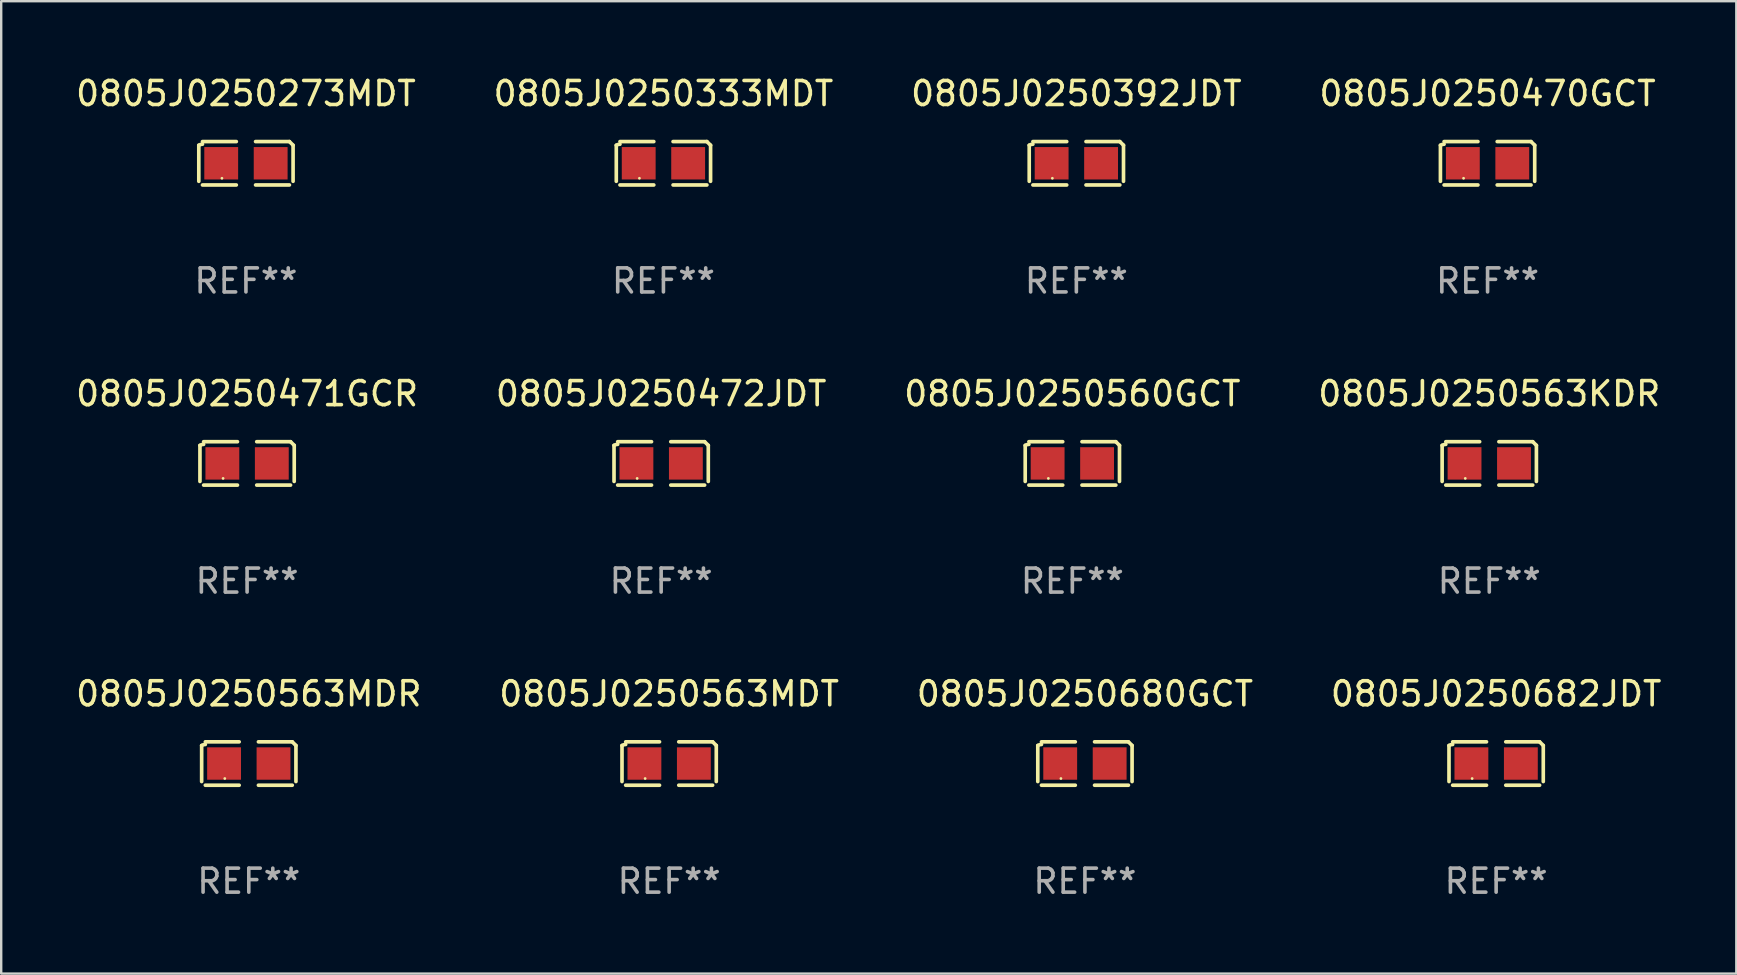
<source format=kicad_pcb>
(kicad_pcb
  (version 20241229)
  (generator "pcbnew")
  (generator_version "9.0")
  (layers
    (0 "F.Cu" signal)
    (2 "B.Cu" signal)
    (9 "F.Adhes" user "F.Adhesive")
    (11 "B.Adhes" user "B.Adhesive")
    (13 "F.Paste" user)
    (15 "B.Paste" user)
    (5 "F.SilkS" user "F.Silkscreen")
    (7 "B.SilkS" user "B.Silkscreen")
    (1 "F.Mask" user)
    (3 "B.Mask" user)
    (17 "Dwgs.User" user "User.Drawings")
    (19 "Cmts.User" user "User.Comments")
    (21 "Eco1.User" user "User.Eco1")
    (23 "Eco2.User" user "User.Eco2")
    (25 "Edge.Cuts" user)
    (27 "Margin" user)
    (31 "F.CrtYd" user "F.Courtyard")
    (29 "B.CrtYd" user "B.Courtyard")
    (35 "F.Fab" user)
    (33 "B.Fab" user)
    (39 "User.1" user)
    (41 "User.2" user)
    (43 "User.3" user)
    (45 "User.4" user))
  (footprint "0805J0250333MDT"
    (layer "F.Cu")
    (at 24.589 3.752)
    (property "Reference" "0805J0250333MDT" (at 0 -2.904 0) (layer "F.SilkS") (effects (font (size 1 1) (thickness 0.15))))
    (attr through_hole)
    (fp_line (start -1.964 0.751) (end -1.964 -0.751) (stroke (width 0.152) (type solid)) (layer "F.SilkS"))
    (fp_line (start -1.811 -0.904) (end -0.401 -0.904) (stroke (width 0.152) (type solid)) (layer "F.SilkS"))
    (fp_line (start -0.401 0.904) (end -1.811 0.904) (stroke (width 0.152) (type solid)) (layer "F.SilkS"))
    (fp_line (start 0.401 0.904) (end 1.811 0.904) (stroke (width 0.152) (type solid)) (layer "F.SilkS"))
    (fp_line (start 1.811 -0.904) (end 0.401 -0.904) (stroke (width 0.152) (type solid)) (layer "F.SilkS"))
    (fp_line (start 1.964 0.751) (end 1.964 -0.751) (stroke (width 0.152) (type solid)) (layer "F.SilkS"))
    (fp_arc (start -1.963602 -0.751207) (mid -1.890354 -0.783131) (end -1.811201 -0.794044) (stroke (width 0.1524) (type solid)) (layer "F.SilkS"))
    (fp_arc (start 1.811202 -0.903607) (mid 1.887413 -0.827418) (end 1.963602 -0.751207) (stroke (width 0.1524) (type solid)) (layer "F.SilkS"))
    (fp_circle (center -1 0.625) (end -0.97 0.625) (stroke (width 0.06) (type solid)) (fill no) (layer "F.SilkS"))
    (fp_text user "REF**" (at 0 4.904 0) (layer "F.Fab") (effects (font (size 1 1) (thickness 0.15))))
    (pad "1" smd rect (at -1.03 0) (size 1.41 1.35) (layers "F.Cu" "F.Mask" "F.Paste"))
    (pad "2" smd rect (at 1.03 0) (size 1.41 1.35) (layers "F.Cu" "F.Mask" "F.Paste")))
  (footprint "0805J0250472JDT"
    (layer "F.Cu")
    (at 24.494 16.256)
    (property "Reference" "0805J0250472JDT" (at 0 -2.904 0) (layer "F.SilkS") (effects (font (size 1 1) (thickness 0.15))))
    (attr through_hole)
    (fp_line (start -1.964 0.751) (end -1.964 -0.751) (stroke (width 0.152) (type solid)) (layer "F.SilkS"))
    (fp_line (start -1.811 -0.904) (end -0.401 -0.904) (stroke (width 0.152) (type solid)) (layer "F.SilkS"))
    (fp_line (start -0.401 0.904) (end -1.811 0.904) (stroke (width 0.152) (type solid)) (layer "F.SilkS"))
    (fp_line (start 0.401 0.904) (end 1.811 0.904) (stroke (width 0.152) (type solid)) (layer "F.SilkS"))
    (fp_line (start 1.811 -0.904) (end 0.401 -0.904) (stroke (width 0.152) (type solid)) (layer "F.SilkS"))
    (fp_line (start 1.964 0.751) (end 1.964 -0.751) (stroke (width 0.152) (type solid)) (layer "F.SilkS"))
    (fp_arc (start -1.963602 -0.751207) (mid -1.890354 -0.783131) (end -1.811201 -0.794044) (stroke (width 0.1524) (type solid)) (layer "F.SilkS"))
    (fp_arc (start 1.811202 -0.903607) (mid 1.887413 -0.827418) (end 1.963602 -0.751207) (stroke (width 0.1524) (type solid)) (layer "F.SilkS"))
    (fp_circle (center -1 0.625) (end -0.97 0.625) (stroke (width 0.06) (type solid)) (fill no) (layer "F.SilkS"))
    (fp_text user "REF**" (at 0 4.904 0) (layer "F.Fab") (effects (font (size 1 1) (thickness 0.15))))
    (pad "1" smd rect (at -1.03 0) (size 1.41 1.35) (layers "F.Cu" "F.Mask" "F.Paste"))
    (pad "2" smd rect (at 1.03 0) (size 1.41 1.35) (layers "F.Cu" "F.Mask" "F.Paste")))
  (footprint "0805J0250392JDT"
    (layer "F.Cu")
    (at 41.792 3.752)
    (property "Reference" "0805J0250392JDT" (at 0 -2.904 0) (layer "F.SilkS") (effects (font (size 1 1) (thickness 0.15))))
    (attr through_hole)
    (fp_line (start -1.964 0.751) (end -1.964 -0.751) (stroke (width 0.152) (type solid)) (layer "F.SilkS"))
    (fp_line (start -1.811 -0.904) (end -0.401 -0.904) (stroke (width 0.152) (type solid)) (layer "F.SilkS"))
    (fp_line (start -0.401 0.904) (end -1.811 0.904) (stroke (width 0.152) (type solid)) (layer "F.SilkS"))
    (fp_line (start 0.401 0.904) (end 1.811 0.904) (stroke (width 0.152) (type solid)) (layer "F.SilkS"))
    (fp_line (start 1.811 -0.904) (end 0.401 -0.904) (stroke (width 0.152) (type solid)) (layer "F.SilkS"))
    (fp_line (start 1.964 0.751) (end 1.964 -0.751) (stroke (width 0.152) (type solid)) (layer "F.SilkS"))
    (fp_arc (start -1.963602 -0.751207) (mid -1.890354 -0.783131) (end -1.811201 -0.794044) (stroke (width 0.1524) (type solid)) (layer "F.SilkS"))
    (fp_arc (start 1.811202 -0.903607) (mid 1.887413 -0.827418) (end 1.963602 -0.751207) (stroke (width 0.1524) (type solid)) (layer "F.SilkS"))
    (fp_circle (center -1 0.625) (end -0.97 0.625) (stroke (width 0.06) (type solid)) (fill no) (layer "F.SilkS"))
    (fp_text user "REF**" (at 0 4.904 0) (layer "F.Fab") (effects (font (size 1 1) (thickness 0.15))))
    (pad "1" smd rect (at -1.03 0) (size 1.41 1.35) (layers "F.Cu" "F.Mask" "F.Paste"))
    (pad "2" smd rect (at 1.03 0) (size 1.41 1.35) (layers "F.Cu" "F.Mask" "F.Paste")))
  (footprint "0805J0250560GCT"
    (layer "F.Cu")
    (at 41.625 16.256)
    (property "Reference" "0805J0250560GCT" (at 0 -2.904 0) (layer "F.SilkS") (effects (font (size 1 1) (thickness 0.15))))
    (attr through_hole)
    (fp_line (start -1.964 0.751) (end -1.964 -0.751) (stroke (width 0.152) (type solid)) (layer "F.SilkS"))
    (fp_line (start -1.811 -0.904) (end -0.401 -0.904) (stroke (width 0.152) (type solid)) (layer "F.SilkS"))
    (fp_line (start -0.401 0.904) (end -1.811 0.904) (stroke (width 0.152) (type solid)) (layer "F.SilkS"))
    (fp_line (start 0.401 0.904) (end 1.811 0.904) (stroke (width 0.152) (type solid)) (layer "F.SilkS"))
    (fp_line (start 1.811 -0.904) (end 0.401 -0.904) (stroke (width 0.152) (type solid)) (layer "F.SilkS"))
    (fp_line (start 1.964 0.751) (end 1.964 -0.751) (stroke (width 0.152) (type solid)) (layer "F.SilkS"))
    (fp_arc (start -1.963602 -0.751207) (mid -1.890354 -0.783131) (end -1.811201 -0.794044) (stroke (width 0.1524) (type solid)) (layer "F.SilkS"))
    (fp_arc (start 1.811202 -0.903607) (mid 1.887413 -0.827418) (end 1.963602 -0.751207) (stroke (width 0.1524) (type solid)) (layer "F.SilkS"))
    (fp_circle (center -1 0.625) (end -0.97 0.625) (stroke (width 0.06) (type solid)) (fill no) (layer "F.SilkS"))
    (fp_text user "REF**" (at 0 4.904 0) (layer "F.Fab") (effects (font (size 1 1) (thickness 0.15))))
    (pad "1" smd rect (at -1.03 0) (size 1.41 1.35) (layers "F.Cu" "F.Mask" "F.Paste"))
    (pad "2" smd rect (at 1.03 0) (size 1.41 1.35) (layers "F.Cu" "F.Mask" "F.Paste")))
  (footprint "0805J0250471GCR"
    (layer "F.Cu")
    (at 7.244 16.256)
    (property "Reference" "0805J0250471GCR" (at 0 -2.904 0) (layer "F.SilkS") (effects (font (size 1 1) (thickness 0.15))))
    (attr through_hole)
    (fp_line (start -1.964 0.751) (end -1.964 -0.751) (stroke (width 0.152) (type solid)) (layer "F.SilkS"))
    (fp_line (start -1.811 -0.904) (end -0.401 -0.904) (stroke (width 0.152) (type solid)) (layer "F.SilkS"))
    (fp_line (start -0.401 0.904) (end -1.811 0.904) (stroke (width 0.152) (type solid)) (layer "F.SilkS"))
    (fp_line (start 0.401 0.904) (end 1.811 0.904) (stroke (width 0.152) (type solid)) (layer "F.SilkS"))
    (fp_line (start 1.811 -0.904) (end 0.401 -0.904) (stroke (width 0.152) (type solid)) (layer "F.SilkS"))
    (fp_line (start 1.964 0.751) (end 1.964 -0.751) (stroke (width 0.152) (type solid)) (layer "F.SilkS"))
    (fp_arc (start -1.963602 -0.751207) (mid -1.890354 -0.783131) (end -1.811201 -0.794044) (stroke (width 0.1524) (type solid)) (layer "F.SilkS"))
    (fp_arc (start 1.811202 -0.903607) (mid 1.887413 -0.827418) (end 1.963602 -0.751207) (stroke (width 0.1524) (type solid)) (layer "F.SilkS"))
    (fp_circle (center -1 0.625) (end -0.97 0.625) (stroke (width 0.06) (type solid)) (fill no) (layer "F.SilkS"))
    (fp_text user "REF**" (at 0 4.904 0) (layer "F.Fab") (effects (font (size 1 1) (thickness 0.15))))
    (pad "1" smd rect (at -1.03 0) (size 1.41 1.35) (layers "F.Cu" "F.Mask" "F.Paste"))
    (pad "2" smd rect (at 1.03 0) (size 1.41 1.35) (layers "F.Cu" "F.Mask" "F.Paste")))
  (footprint "0805J0250563KDR"
    (layer "F.Cu")
    (at 58.994 16.256)
    (property "Reference" "0805J0250563KDR" (at 0 -2.904 0) (layer "F.SilkS") (effects (font (size 1 1) (thickness 0.15))))
    (attr through_hole)
    (fp_line (start -1.964 0.751) (end -1.964 -0.751) (stroke (width 0.152) (type solid)) (layer "F.SilkS"))
    (fp_line (start -1.811 -0.904) (end -0.401 -0.904) (stroke (width 0.152) (type solid)) (layer "F.SilkS"))
    (fp_line (start -0.401 0.904) (end -1.811 0.904) (stroke (width 0.152) (type solid)) (layer "F.SilkS"))
    (fp_line (start 0.401 0.904) (end 1.811 0.904) (stroke (width 0.152) (type solid)) (layer "F.SilkS"))
    (fp_line (start 1.811 -0.904) (end 0.401 -0.904) (stroke (width 0.152) (type solid)) (layer "F.SilkS"))
    (fp_line (start 1.964 0.751) (end 1.964 -0.751) (stroke (width 0.152) (type solid)) (layer "F.SilkS"))
    (fp_arc (start -1.963602 -0.751207) (mid -1.890354 -0.783131) (end -1.811201 -0.794044) (stroke (width 0.1524) (type solid)) (layer "F.SilkS"))
    (fp_arc (start 1.811202 -0.903607) (mid 1.887413 -0.827418) (end 1.963602 -0.751207) (stroke (width 0.1524) (type solid)) (layer "F.SilkS"))
    (fp_circle (center -1 0.625) (end -0.97 0.625) (stroke (width 0.06) (type solid)) (fill no) (layer "F.SilkS"))
    (fp_text user "REF**" (at 0 4.904 0) (layer "F.Fab") (effects (font (size 1 1) (thickness 0.15))))
    (pad "1" smd rect (at -1.03 0) (size 1.41 1.35) (layers "F.Cu" "F.Mask" "F.Paste"))
    (pad "2" smd rect (at 1.03 0) (size 1.41 1.35) (layers "F.Cu" "F.Mask" "F.Paste")))
  (footprint "0805J0250273MDT"
    (layer "F.Cu")
    (at 7.196 3.752)
    (property "Reference" "0805J0250273MDT" (at 0 -2.904 0) (layer "F.SilkS") (effects (font (size 1 1) (thickness 0.15))))
    (attr through_hole)
    (fp_line (start -1.964 0.751) (end -1.964 -0.751) (stroke (width 0.152) (type solid)) (layer "F.SilkS"))
    (fp_line (start -1.811 -0.904) (end -0.401 -0.904) (stroke (width 0.152) (type solid)) (layer "F.SilkS"))
    (fp_line (start -0.401 0.904) (end -1.811 0.904) (stroke (width 0.152) (type solid)) (layer "F.SilkS"))
    (fp_line (start 0.401 0.904) (end 1.811 0.904) (stroke (width 0.152) (type solid)) (layer "F.SilkS"))
    (fp_line (start 1.811 -0.904) (end 0.401 -0.904) (stroke (width 0.152) (type solid)) (layer "F.SilkS"))
    (fp_line (start 1.964 0.751) (end 1.964 -0.751) (stroke (width 0.152) (type solid)) (layer "F.SilkS"))
    (fp_arc (start -1.963602 -0.751207) (mid -1.890354 -0.783131) (end -1.811201 -0.794044) (stroke (width 0.1524) (type solid)) (layer "F.SilkS"))
    (fp_arc (start 1.811202 -0.903607) (mid 1.887413 -0.827418) (end 1.963602 -0.751207) (stroke (width 0.1524) (type solid)) (layer "F.SilkS"))
    (fp_circle (center -1 0.625) (end -0.97 0.625) (stroke (width 0.06) (type solid)) (fill no) (layer "F.SilkS"))
    (fp_text user "REF**" (at 0 4.904 0) (layer "F.Fab") (effects (font (size 1 1) (thickness 0.15))))
    (pad "1" smd rect (at -1.03 0) (size 1.41 1.35) (layers "F.Cu" "F.Mask" "F.Paste"))
    (pad "2" smd rect (at 1.03 0) (size 1.41 1.35) (layers "F.Cu" "F.Mask" "F.Paste")))
  (footprint "0805J0250682JDT"
    (layer "F.Cu")
    (at 59.28 28.759)
    (property "Reference" "0805J0250682JDT" (at 0 -2.904 0) (layer "F.SilkS") (effects (font (size 1 1) (thickness 0.15))))
    (attr through_hole)
    (fp_line (start -1.964 0.751) (end -1.964 -0.751) (stroke (width 0.152) (type solid)) (layer "F.SilkS"))
    (fp_line (start -1.811 -0.904) (end -0.401 -0.904) (stroke (width 0.152) (type solid)) (layer "F.SilkS"))
    (fp_line (start -0.401 0.904) (end -1.811 0.904) (stroke (width 0.152) (type solid)) (layer "F.SilkS"))
    (fp_line (start 0.401 0.904) (end 1.811 0.904) (stroke (width 0.152) (type solid)) (layer "F.SilkS"))
    (fp_line (start 1.811 -0.904) (end 0.401 -0.904) (stroke (width 0.152) (type solid)) (layer "F.SilkS"))
    (fp_line (start 1.964 0.751) (end 1.964 -0.751) (stroke (width 0.152) (type solid)) (layer "F.SilkS"))
    (fp_arc (start -1.963602 -0.751207) (mid -1.890354 -0.783131) (end -1.811201 -0.794044) (stroke (width 0.1524) (type solid)) (layer "F.SilkS"))
    (fp_arc (start 1.811202 -0.903607) (mid 1.887413 -0.827418) (end 1.963602 -0.751207) (stroke (width 0.1524) (type solid)) (layer "F.SilkS"))
    (fp_circle (center -1 0.625) (end -0.97 0.625) (stroke (width 0.06) (type solid)) (fill no) (layer "F.SilkS"))
    (fp_text user "REF**" (at 0 4.904 0) (layer "F.Fab") (effects (font (size 1 1) (thickness 0.15))))
    (pad "1" smd rect (at -1.03 0) (size 1.41 1.35) (layers "F.Cu" "F.Mask" "F.Paste"))
    (pad "2" smd rect (at 1.03 0) (size 1.41 1.35) (layers "F.Cu" "F.Mask" "F.Paste")))
  (footprint "0805J0250680GCT"
    (layer "F.Cu")
    (at 42.149 28.759)
    (property "Reference" "0805J0250680GCT" (at 0 -2.904 0) (layer "F.SilkS") (effects (font (size 1 1) (thickness 0.15))))
    (attr through_hole)
    (fp_line (start -1.964 0.751) (end -1.964 -0.751) (stroke (width 0.152) (type solid)) (layer "F.SilkS"))
    (fp_line (start -1.811 -0.904) (end -0.401 -0.904) (stroke (width 0.152) (type solid)) (layer "F.SilkS"))
    (fp_line (start -0.401 0.904) (end -1.811 0.904) (stroke (width 0.152) (type solid)) (layer "F.SilkS"))
    (fp_line (start 0.401 0.904) (end 1.811 0.904) (stroke (width 0.152) (type solid)) (layer "F.SilkS"))
    (fp_line (start 1.811 -0.904) (end 0.401 -0.904) (stroke (width 0.152) (type solid)) (layer "F.SilkS"))
    (fp_line (start 1.964 0.751) (end 1.964 -0.751) (stroke (width 0.152) (type solid)) (layer "F.SilkS"))
    (fp_arc (start -1.963602 -0.751207) (mid -1.890354 -0.783131) (end -1.811201 -0.794044) (stroke (width 0.1524) (type solid)) (layer "F.SilkS"))
    (fp_arc (start 1.811202 -0.903607) (mid 1.887413 -0.827418) (end 1.963602 -0.751207) (stroke (width 0.1524) (type solid)) (layer "F.SilkS"))
    (fp_circle (center -1 0.625) (end -0.97 0.625) (stroke (width 0.06) (type solid)) (fill no) (layer "F.SilkS"))
    (fp_text user "REF**" (at 0 4.904 0) (layer "F.Fab") (effects (font (size 1 1) (thickness 0.15))))
    (pad "1" smd rect (at -1.03 0) (size 1.41 1.35) (layers "F.Cu" "F.Mask" "F.Paste"))
    (pad "2" smd rect (at 1.03 0) (size 1.41 1.35) (layers "F.Cu" "F.Mask" "F.Paste")))
  (footprint "0805J0250470GCT"
    (layer "F.Cu")
    (at 58.923 3.752)
    (property "Reference" "0805J0250470GCT" (at 0 -2.904 0) (layer "F.SilkS") (effects (font (size 1 1) (thickness 0.15))))
    (attr through_hole)
    (fp_line (start -1.964 0.751) (end -1.964 -0.751) (stroke (width 0.152) (type solid)) (layer "F.SilkS"))
    (fp_line (start -1.811 -0.904) (end -0.401 -0.904) (stroke (width 0.152) (type solid)) (layer "F.SilkS"))
    (fp_line (start -0.401 0.904) (end -1.811 0.904) (stroke (width 0.152) (type solid)) (layer "F.SilkS"))
    (fp_line (start 0.401 0.904) (end 1.811 0.904) (stroke (width 0.152) (type solid)) (layer "F.SilkS"))
    (fp_line (start 1.811 -0.904) (end 0.401 -0.904) (stroke (width 0.152) (type solid)) (layer "F.SilkS"))
    (fp_line (start 1.964 0.751) (end 1.964 -0.751) (stroke (width 0.152) (type solid)) (layer "F.SilkS"))
    (fp_arc (start -1.963602 -0.751207) (mid -1.890354 -0.783131) (end -1.811201 -0.794044) (stroke (width 0.1524) (type solid)) (layer "F.SilkS"))
    (fp_arc (start 1.811202 -0.903607) (mid 1.887413 -0.827418) (end 1.963602 -0.751207) (stroke (width 0.1524) (type solid)) (layer "F.SilkS"))
    (fp_circle (center -1 0.625) (end -0.97 0.625) (stroke (width 0.06) (type solid)) (fill no) (layer "F.SilkS"))
    (fp_text user "REF**" (at 0 4.904 0) (layer "F.Fab") (effects (font (size 1 1) (thickness 0.15))))
    (pad "1" smd rect (at -1.03 0) (size 1.41 1.35) (layers "F.Cu" "F.Mask" "F.Paste"))
    (pad "2" smd rect (at 1.03 0) (size 1.41 1.35) (layers "F.Cu" "F.Mask" "F.Paste")))
  (footprint "0805J0250563MDR"
    (layer "F.Cu")
    (at 7.315 28.759)
    (property "Reference" "0805J0250563MDR" (at 0 -2.904 0) (layer "F.SilkS") (effects (font (size 1 1) (thickness 0.15))))
    (attr through_hole)
    (fp_line (start -1.964 0.751) (end -1.964 -0.751) (stroke (width 0.152) (type solid)) (layer "F.SilkS"))
    (fp_line (start -1.811 -0.904) (end -0.401 -0.904) (stroke (width 0.152) (type solid)) (layer "F.SilkS"))
    (fp_line (start -0.401 0.904) (end -1.811 0.904) (stroke (width 0.152) (type solid)) (layer "F.SilkS"))
    (fp_line (start 0.401 0.904) (end 1.811 0.904) (stroke (width 0.152) (type solid)) (layer "F.SilkS"))
    (fp_line (start 1.811 -0.904) (end 0.401 -0.904) (stroke (width 0.152) (type solid)) (layer "F.SilkS"))
    (fp_line (start 1.964 0.751) (end 1.964 -0.751) (stroke (width 0.152) (type solid)) (layer "F.SilkS"))
    (fp_arc (start -1.963602 -0.751207) (mid -1.890354 -0.783131) (end -1.811201 -0.794044) (stroke (width 0.1524) (type solid)) (layer "F.SilkS"))
    (fp_arc (start 1.811202 -0.903607) (mid 1.887413 -0.827418) (end 1.963602 -0.751207) (stroke (width 0.1524) (type solid)) (layer "F.SilkS"))
    (fp_circle (center -1 0.625) (end -0.97 0.625) (stroke (width 0.06) (type solid)) (fill no) (layer "F.SilkS"))
    (fp_text user "REF**" (at 0 4.904 0) (layer "F.Fab") (effects (font (size 1 1) (thickness 0.15))))
    (pad "1" smd rect (at -1.03 0) (size 1.41 1.35) (layers "F.Cu" "F.Mask" "F.Paste"))
    (pad "2" smd rect (at 1.03 0) (size 1.41 1.35) (layers "F.Cu" "F.Mask" "F.Paste")))
  (footprint "0805J0250563MDT"
    (layer "F.Cu")
    (at 24.827 28.759)
    (property "Reference" "0805J0250563MDT" (at 0 -2.904 0) (layer "F.SilkS") (effects (font (size 1 1) (thickness 0.15))))
    (attr through_hole)
    (fp_line (start -1.964 0.751) (end -1.964 -0.751) (stroke (width 0.152) (type solid)) (layer "F.SilkS"))
    (fp_line (start -1.811 -0.904) (end -0.401 -0.904) (stroke (width 0.152) (type solid)) (layer "F.SilkS"))
    (fp_line (start -0.401 0.904) (end -1.811 0.904) (stroke (width 0.152) (type solid)) (layer "F.SilkS"))
    (fp_line (start 0.401 0.904) (end 1.811 0.904) (stroke (width 0.152) (type solid)) (layer "F.SilkS"))
    (fp_line (start 1.811 -0.904) (end 0.401 -0.904) (stroke (width 0.152) (type solid)) (layer "F.SilkS"))
    (fp_line (start 1.964 0.751) (end 1.964 -0.751) (stroke (width 0.152) (type solid)) (layer "F.SilkS"))
    (fp_arc (start -1.963602 -0.751207) (mid -1.890354 -0.783131) (end -1.811201 -0.794044) (stroke (width 0.1524) (type solid)) (layer "F.SilkS"))
    (fp_arc (start 1.811202 -0.903607) (mid 1.887413 -0.827418) (end 1.963602 -0.751207) (stroke (width 0.1524) (type solid)) (layer "F.SilkS"))
    (fp_circle (center -1 0.625) (end -0.97 0.625) (stroke (width 0.06) (type solid)) (fill no) (layer "F.SilkS"))
    (fp_text user "REF**" (at 0 4.904 0) (layer "F.Fab") (effects (font (size 1 1) (thickness 0.15))))
    (pad "1" smd rect (at -1.03 0) (size 1.41 1.35) (layers "F.Cu" "F.Mask" "F.Paste"))
    (pad "2" smd rect (at 1.03 0) (size 1.41 1.35) (layers "F.Cu" "F.Mask" "F.Paste")))
  (gr_rect
    (start -3 -3)
    (end 69.286 37.511)
    (stroke (width 0.1) (type default))
    (fill no)
    (layer "Edge.Cuts")))
</source>
